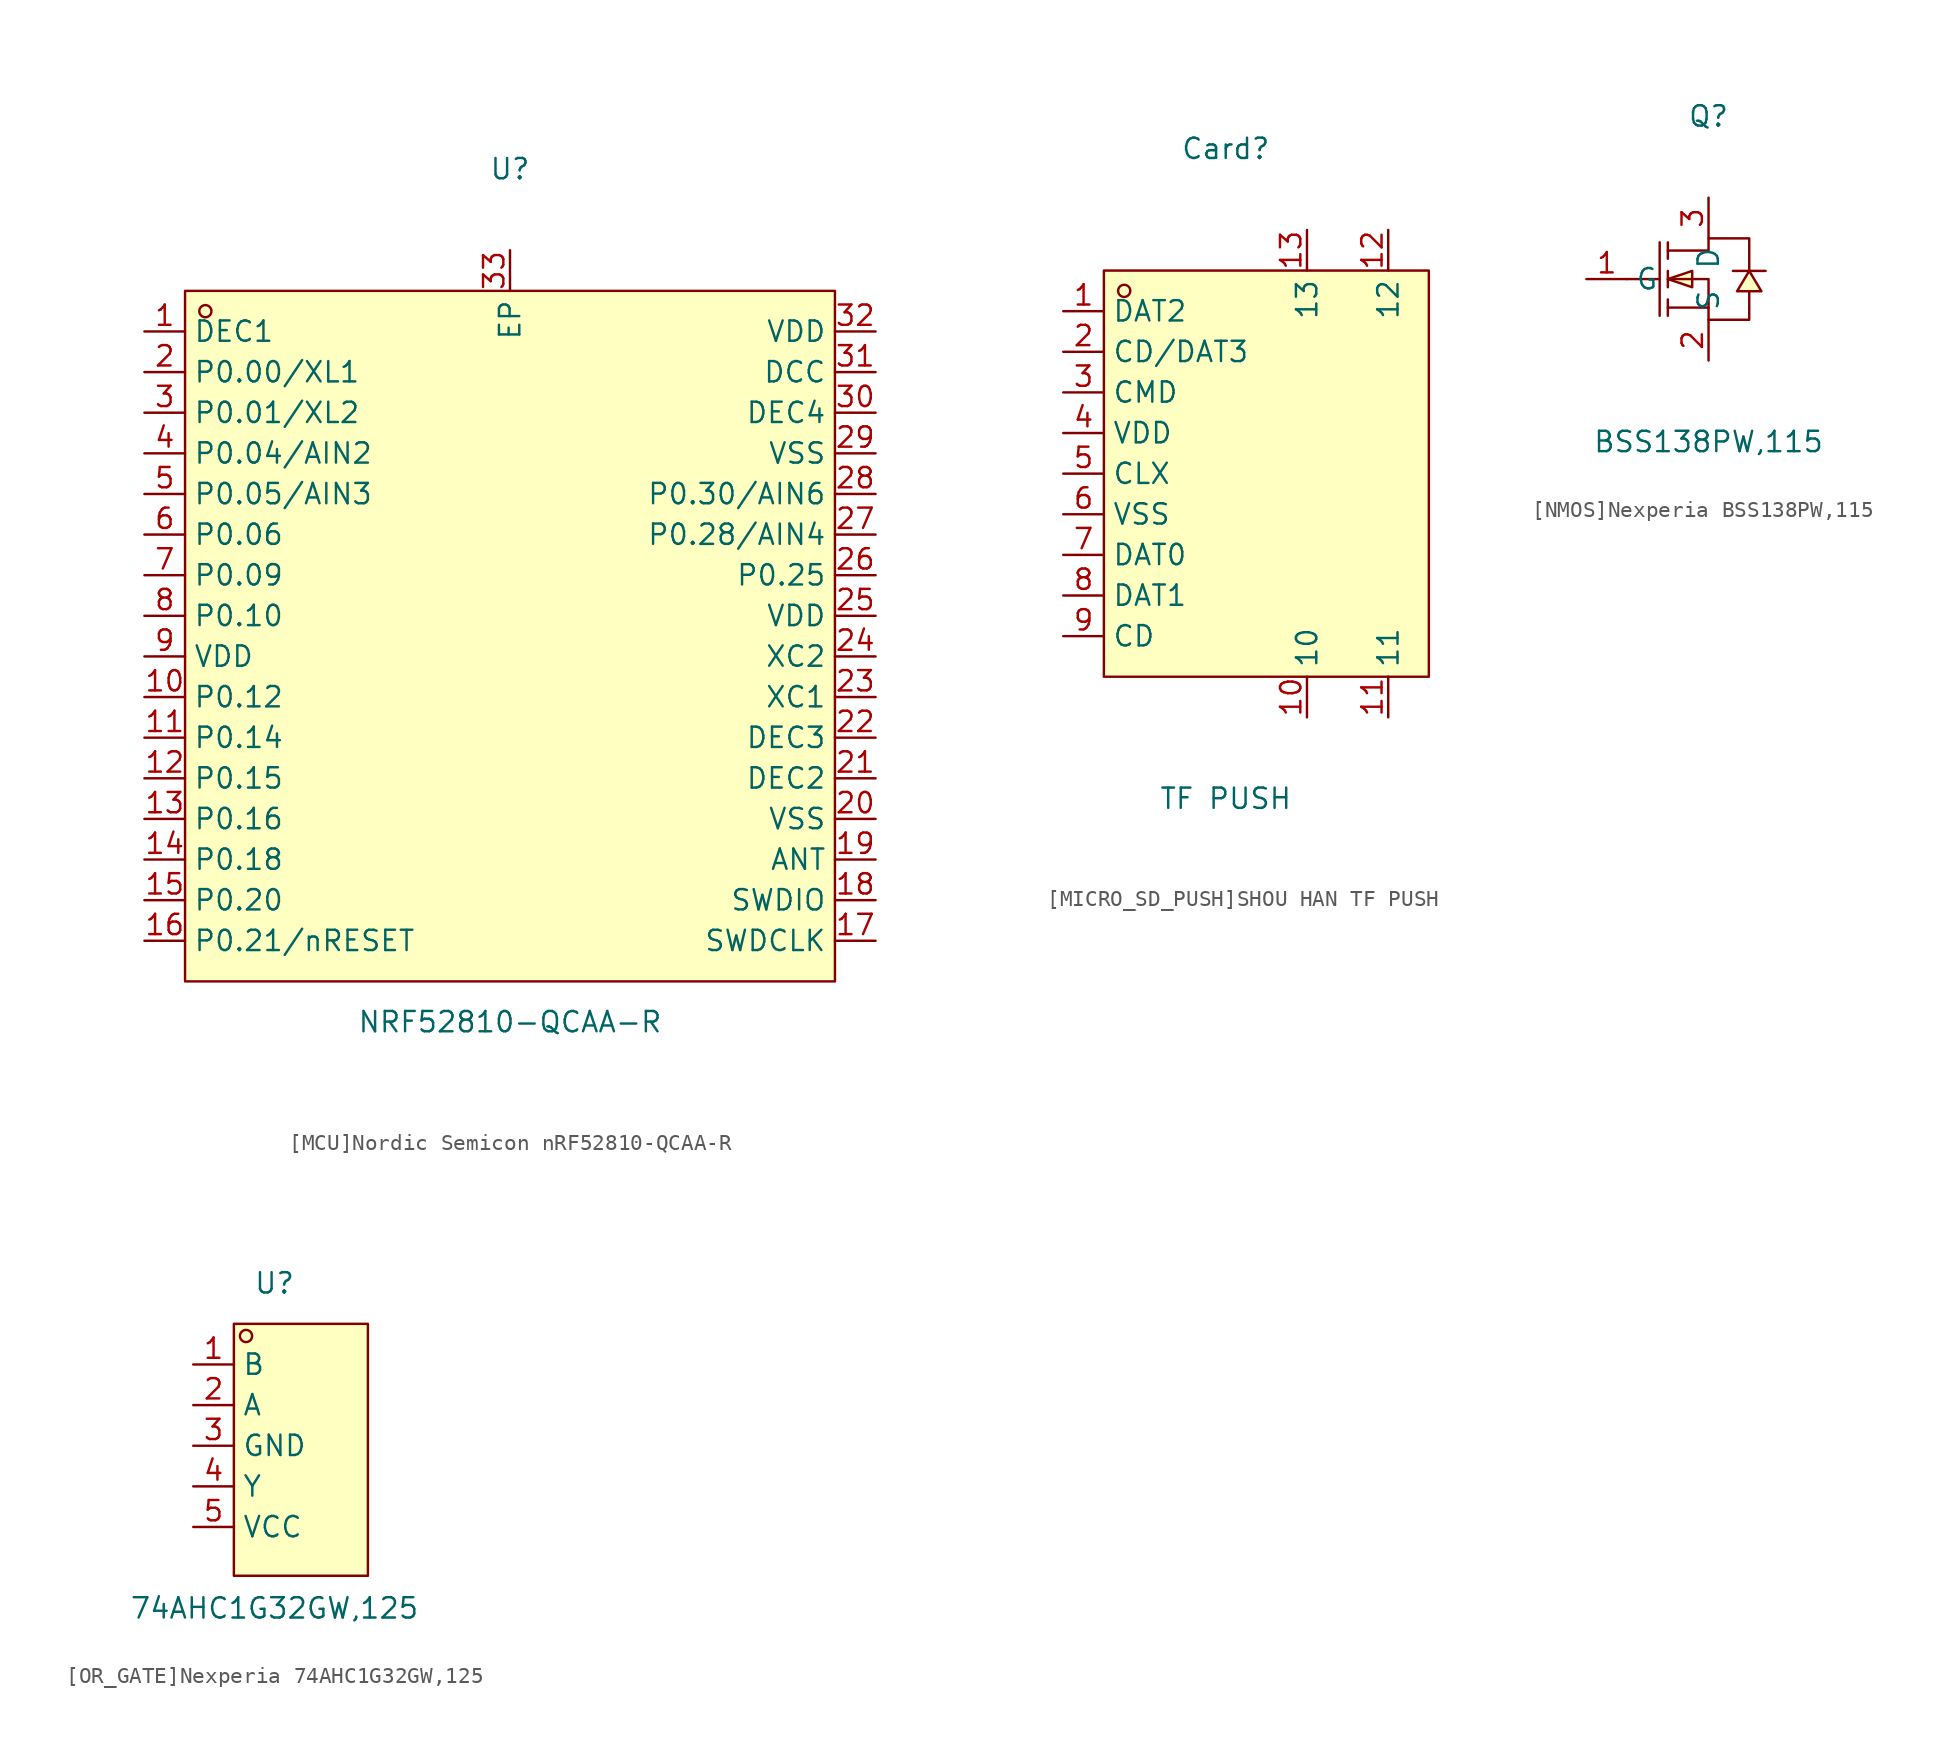
<source format=kicad_sym>
(kicad_symbol_lib
  (version 20220914)
  (generator kicad_symbol_editor)
  (symbol "[MCU]Nordic Semicon nRF52810-QCAA-R"
    (property "Reference" "U"
      (at 0 29.21 0)
      (effects (font (size 1.27 1.27))))
    (property "Value" "NRF52810-QCAA-R"
      (at 0 -24.13 0)
      (effects (font (size 1.27 1.27))))
    (symbol "[MCU]Nordic Semicon nRF52810-QCAA-R_0_1"
      (rectangle (start -20.32 21.59) (end 20.32 -21.59) (stroke (width 0) (type default)) (fill (type background)))
      (circle (center -19.05 20.32) (radius 0.38) (stroke (width 0) (type default)) (fill (type none)))
      (pin unspecified line (at -22.86 19.05 0) (length 2.54) (name "DEC1" (effects (font (size 1.27 1.27)))) (number "1" (effects (font (size 1.27 1.27)))))
      (pin unspecified line (at -22.86 -3.81 0) (length 2.54) (name "P0.12" (effects (font (size 1.27 1.27)))) (number "10" (effects (font (size 1.27 1.27)))))
      (pin unspecified line (at -22.86 -6.35 0) (length 2.54) (name "P0.14" (effects (font (size 1.27 1.27)))) (number "11" (effects (font (size 1.27 1.27)))))
      (pin unspecified line (at -22.86 -8.89 0) (length 2.54) (name "P0.15" (effects (font (size 1.27 1.27)))) (number "12" (effects (font (size 1.27 1.27)))))
      (pin unspecified line (at -22.86 -11.43 0) (length 2.54) (name "P0.16" (effects (font (size 1.27 1.27)))) (number "13" (effects (font (size 1.27 1.27)))))
      (pin unspecified line (at -22.86 -13.97 0) (length 2.54) (name "P0.18" (effects (font (size 1.27 1.27)))) (number "14" (effects (font (size 1.27 1.27)))))
      (pin unspecified line (at -22.86 -16.51 0) (length 2.54) (name "P0.20" (effects (font (size 1.27 1.27)))) (number "15" (effects (font (size 1.27 1.27)))))
      (pin unspecified line (at -22.86 -19.05 0) (length 2.54) (name "P0.21/nRESET" (effects (font (size 1.27 1.27)))) (number "16" (effects (font (size 1.27 1.27)))))
      (pin unspecified line (at 22.86 -19.05 180) (length 2.54) (name "SWDCLK" (effects (font (size 1.27 1.27)))) (number "17" (effects (font (size 1.27 1.27)))))
      (pin unspecified line (at 22.86 -16.51 180) (length 2.54) (name "SWDIO" (effects (font (size 1.27 1.27)))) (number "18" (effects (font (size 1.27 1.27)))))
      (pin unspecified line (at 22.86 -13.97 180) (length 2.54) (name "ANT" (effects (font (size 1.27 1.27)))) (number "19" (effects (font (size 1.27 1.27)))))
      (pin unspecified line (at -22.86 16.51 0) (length 2.54) (name "P0.00/XL1" (effects (font (size 1.27 1.27)))) (number "2" (effects (font (size 1.27 1.27)))))
      (pin unspecified line (at 22.86 -11.43 180) (length 2.54) (name "VSS" (effects (font (size 1.27 1.27)))) (number "20" (effects (font (size 1.27 1.27)))))
      (pin unspecified line (at 22.86 -8.89 180) (length 2.54) (name "DEC2" (effects (font (size 1.27 1.27)))) (number "21" (effects (font (size 1.27 1.27)))))
      (pin unspecified line (at 22.86 -6.35 180) (length 2.54) (name "DEC3" (effects (font (size 1.27 1.27)))) (number "22" (effects (font (size 1.27 1.27)))))
      (pin unspecified line (at 22.86 -3.81 180) (length 2.54) (name "XC1" (effects (font (size 1.27 1.27)))) (number "23" (effects (font (size 1.27 1.27)))))
      (pin unspecified line (at 22.86 -1.27 180) (length 2.54) (name "XC2" (effects (font (size 1.27 1.27)))) (number "24" (effects (font (size 1.27 1.27)))))
      (pin unspecified line (at 22.86 1.27 180) (length 2.54) (name "VDD" (effects (font (size 1.27 1.27)))) (number "25" (effects (font (size 1.27 1.27)))))
      (pin unspecified line (at 22.86 3.81 180) (length 2.54) (name "P0.25" (effects (font (size 1.27 1.27)))) (number "26" (effects (font (size 1.27 1.27)))))
      (pin unspecified line (at 22.86 6.35 180) (length 2.54) (name "P0.28/AIN4" (effects (font (size 1.27 1.27)))) (number "27" (effects (font (size 1.27 1.27)))))
      (pin unspecified line (at 22.86 8.89 180) (length 2.54) (name "P0.30/AIN6" (effects (font (size 1.27 1.27)))) (number "28" (effects (font (size 1.27 1.27)))))
      (pin unspecified line (at 22.86 11.43 180) (length 2.54) (name "VSS" (effects (font (size 1.27 1.27)))) (number "29" (effects (font (size 1.27 1.27)))))
      (pin unspecified line (at -22.86 13.97 0) (length 2.54) (name "P0.01/XL2" (effects (font (size 1.27 1.27)))) (number "3" (effects (font (size 1.27 1.27)))))
      (pin unspecified line (at 22.86 13.97 180) (length 2.54) (name "DEC4" (effects (font (size 1.27 1.27)))) (number "30" (effects (font (size 1.27 1.27)))))
      (pin unspecified line (at 22.86 16.51 180) (length 2.54) (name "DCC" (effects (font (size 1.27 1.27)))) (number "31" (effects (font (size 1.27 1.27)))))
      (pin unspecified line (at 22.86 19.05 180) (length 2.54) (name "VDD" (effects (font (size 1.27 1.27)))) (number "32" (effects (font (size 1.27 1.27)))))
      (pin unspecified line (at 0 24.13 270) (length 2.54) (name "EP" (effects (font (size 1.27 1.27)))) (number "33" (effects (font (size 1.27 1.27)))))
      (pin unspecified line (at -22.86 11.43 0) (length 2.54) (name "P0.04/AIN2" (effects (font (size 1.27 1.27)))) (number "4" (effects (font (size 1.27 1.27)))))
      (pin unspecified line (at -22.86 8.89 0) (length 2.54) (name "P0.05/AIN3" (effects (font (size 1.27 1.27)))) (number "5" (effects (font (size 1.27 1.27)))))
      (pin unspecified line (at -22.86 6.35 0) (length 2.54) (name "P0.06" (effects (font (size 1.27 1.27)))) (number "6" (effects (font (size 1.27 1.27)))))
      (pin unspecified line (at -22.86 3.81 0) (length 2.54) (name "P0.09" (effects (font (size 1.27 1.27)))) (number "7" (effects (font (size 1.27 1.27)))))
      (pin unspecified line (at -22.86 1.27 0) (length 2.54) (name "P0.10" (effects (font (size 1.27 1.27)))) (number "8" (effects (font (size 1.27 1.27)))))
      (pin unspecified line (at -22.86 -1.27 0) (length 2.54) (name "VDD" (effects (font (size 1.27 1.27)))) (number "9" (effects (font (size 1.27 1.27)))))))
  (symbol "[MICRO_SD_PUSH]SHOU HAN TF PUSH"
    (property "Reference" "Card"
      (at 0 20.32 0)
      (effects (font (size 1.27 1.27))))
    (property "Value" "TF PUSH"
      (at 0 -20.32 0)
      (effects (font (size 1.27 1.27))))
    (symbol "[MICRO_SD_PUSH]SHOU HAN TF PUSH_0_1"
      (rectangle (start -7.62 12.7) (end 12.7 -12.7) (stroke (width 0) (type default)) (fill (type background)))
      (circle (center -6.35 11.43) (radius 0.38) (stroke (width 0) (type default)) (fill (type none)))
      (pin unspecified line (at -10.16 10.16 0) (length 2.54) (name "DAT2" (effects (font (size 1.27 1.27)))) (number "1" (effects (font (size 1.27 1.27)))))
      (pin unspecified line (at 5.08 -15.24 90) (length 2.54) (name "10" (effects (font (size 1.27 1.27)))) (number "10" (effects (font (size 1.27 1.27)))))
      (pin unspecified line (at 10.16 -15.24 90) (length 2.54) (name "11" (effects (font (size 1.27 1.27)))) (number "11" (effects (font (size 1.27 1.27)))))
      (pin unspecified line (at 10.16 15.24 270) (length 2.54) (name "12" (effects (font (size 1.27 1.27)))) (number "12" (effects (font (size 1.27 1.27)))))
      (pin unspecified line (at 5.08 15.24 270) (length 2.54) (name "13" (effects (font (size 1.27 1.27)))) (number "13" (effects (font (size 1.27 1.27)))))
      (pin unspecified line (at -10.16 7.62 0) (length 2.54) (name "CD/DAT3" (effects (font (size 1.27 1.27)))) (number "2" (effects (font (size 1.27 1.27)))))
      (pin unspecified line (at -10.16 5.08 0) (length 2.54) (name "CMD" (effects (font (size 1.27 1.27)))) (number "3" (effects (font (size 1.27 1.27)))))
      (pin unspecified line (at -10.16 2.54 0) (length 2.54) (name "VDD" (effects (font (size 1.27 1.27)))) (number "4" (effects (font (size 1.27 1.27)))))
      (pin unspecified line (at -10.16 0 0) (length 2.54) (name "CLX" (effects (font (size 1.27 1.27)))) (number "5" (effects (font (size 1.27 1.27)))))
      (pin unspecified line (at -10.16 -2.54 0) (length 2.54) (name "VSS" (effects (font (size 1.27 1.27)))) (number "6" (effects (font (size 1.27 1.27)))))
      (pin unspecified line (at -10.16 -5.08 0) (length 2.54) (name "DAT0" (effects (font (size 1.27 1.27)))) (number "7" (effects (font (size 1.27 1.27)))))
      (pin unspecified line (at -10.16 -7.62 0) (length 2.54) (name "DAT1" (effects (font (size 1.27 1.27)))) (number "8" (effects (font (size 1.27 1.27)))))
      (pin unspecified line (at -10.16 -10.16 0) (length 2.54) (name "CD" (effects (font (size 1.27 1.27)))) (number "9" (effects (font (size 1.27 1.27)))))))
  (symbol "[NMOS]Nexperia BSS138PW,115"
    (property "Reference" "Q"
      (at 0 10.16 0)
      (effects (font (size 1.27 1.27))))
    (property "Value" "BSS138PW,115"
      (at 0 -10.16 0)
      (effects (font (size 1.27 1.27))))
    (symbol "[NMOS]Nexperia BSS138PW,115_0_1"
      (polyline (pts (xy -5.08 0) (xy -3.05 0)) (stroke (width 0) (type default)) (fill (type none)))
      (polyline (pts (xy -3.05 2.29) (xy -3.05 -2.29)) (stroke (width 0) (type default)) (fill (type none)))
      (polyline (pts (xy -2.54 -2.29) (xy -2.54 -1.27)) (stroke (width 0) (type default)) (fill (type none)))
      (polyline (pts (xy -2.54 -0.51) (xy -2.54 0.51)) (stroke (width 0) (type default)) (fill (type none)))
      (polyline (pts (xy -2.54 2.29) (xy -2.54 1.27)) (stroke (width 0) (type default)) (fill (type none)))
      (polyline (pts (xy 0 -1.78) (xy -2.54 -1.78)) (stroke (width 0) (type default)) (fill (type none)))
      (polyline (pts (xy -2.54 0) (xy -1.02 -0.51) (xy -1.02 0.51) (xy -2.54 0)) (stroke (width 0) (type default)) (fill (type background)))
      (polyline (pts (xy 2.54 0.51) (xy 1.78 -0.76) (xy 3.3 -0.76) (xy 2.54 0.51)) (stroke (width 0) (type default)) (fill (type background)))
      (polyline (pts (xy 3.56 0.51) (xy 3.05 0.51) (xy 2.03 0.51) (xy 1.52 0.51)) (stroke (width 0) (type default)) (fill (type none)))
      (polyline (pts (xy -2.54 0) (xy 0 0) (xy 0 -2.54) (xy 2.54 -2.54) (xy 2.54 -0.76)) (stroke (width 0) (type default)) (fill (type none)))
      (polyline (pts (xy -2.54 1.78) (xy 0 1.78) (xy 0 2.54) (xy 2.54 2.54) (xy 2.54 0.51)) (stroke (width 0) (type default)) (fill (type none)))
      (pin unspecified line (at -7.62 0 0) (length 2.54) (name "G" (effects (font (size 1.27 1.27)))) (number "1" (effects (font (size 1.27 1.27)))))
      (pin unspecified line (at 0 -5.08 90) (length 2.54) (name "S" (effects (font (size 1.27 1.27)))) (number "2" (effects (font (size 1.27 1.27)))))
      (pin unspecified line (at 0 5.08 270) (length 2.54) (name "D" (effects (font (size 1.27 1.27)))) (number "3" (effects (font (size 1.27 1.27)))))))
  (symbol "[OR_GATE]Nexperia 74AHC1G32GW,125"
    (property "Reference" "U"
      (at 0 10.16 0)
      (effects (font (size 1.27 1.27))))
    (property "Value" "74AHC1G32GW,125"
      (at 0 -10.16 0)
      (effects (font (size 1.27 1.27))))
    (symbol "[OR_GATE]Nexperia 74AHC1G32GW,125_0_1"
      (rectangle (start -2.54 7.62) (end 5.84 -8.13) (stroke (width 0) (type default)) (fill (type background)))
      (circle (center -1.78 6.86) (radius 0.38) (stroke (width 0) (type default)) (fill (type none)))
      (pin unspecified line (at -5.08 5.08 0) (length 2.54) (name "B" (effects (font (size 1.27 1.27)))) (number "1" (effects (font (size 1.27 1.27)))))
      (pin unspecified line (at -5.08 2.54 0) (length 2.54) (name "A" (effects (font (size 1.27 1.27)))) (number "2" (effects (font (size 1.27 1.27)))))
      (pin unspecified line (at -5.08 0 0) (length 2.54) (name "GND" (effects (font (size 1.27 1.27)))) (number "3" (effects (font (size 1.27 1.27)))))
      (pin unspecified line (at -5.08 -2.54 0) (length 2.54) (name "Y" (effects (font (size 1.27 1.27)))) (number "4" (effects (font (size 1.27 1.27)))))
      (pin unspecified line (at -5.08 -5.08 0) (length 2.54) (name "VCC" (effects (font (size 1.27 1.27)))) (number "5" (effects (font (size 1.27 1.27))))))))
</source>
